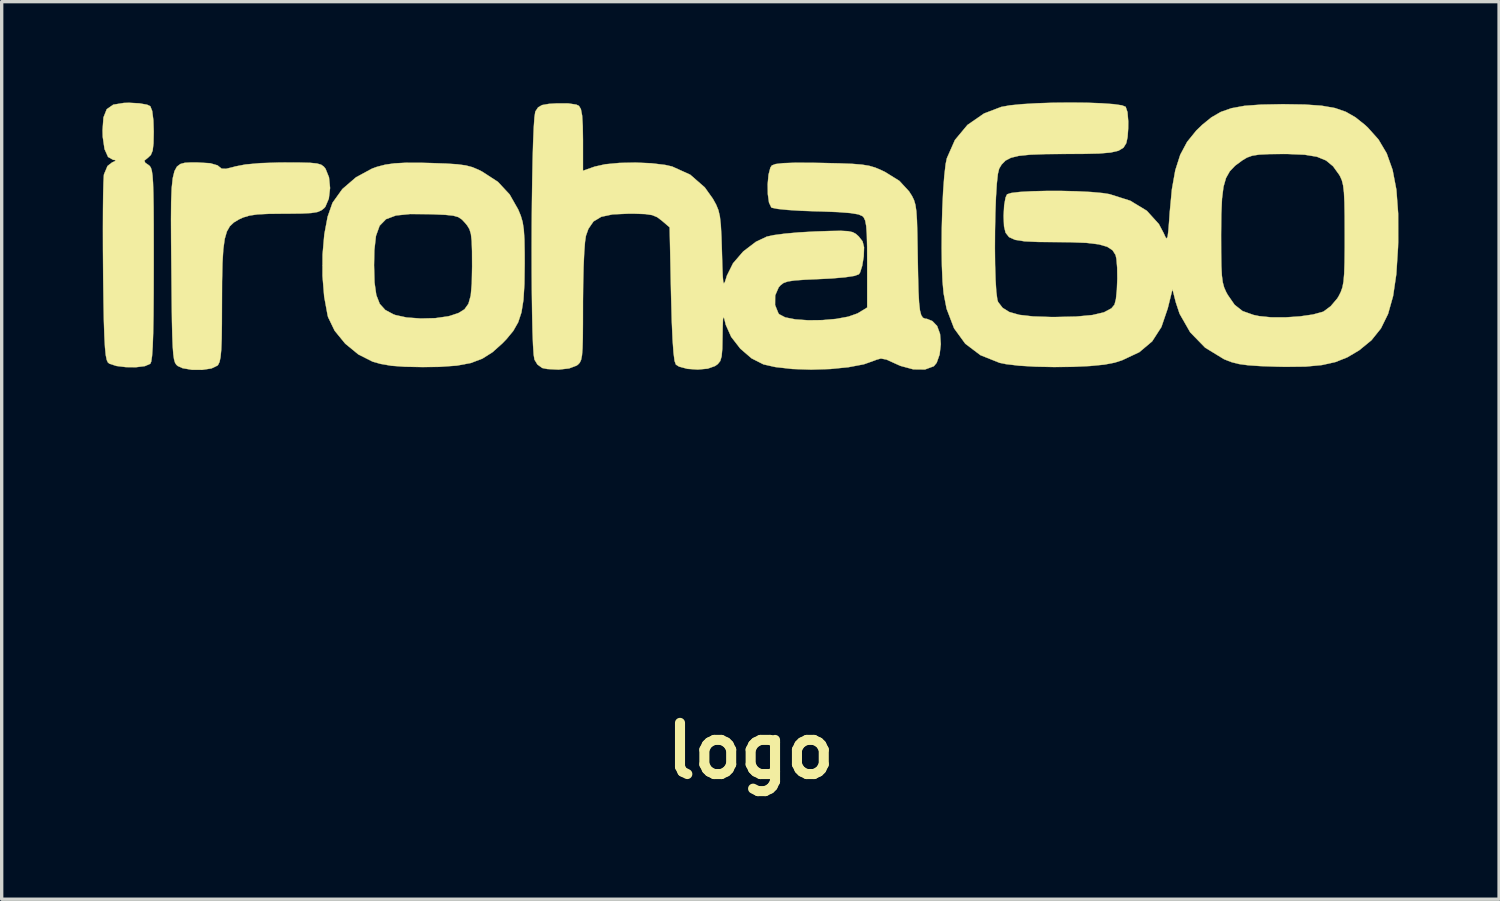
<source format=kicad_pcb>
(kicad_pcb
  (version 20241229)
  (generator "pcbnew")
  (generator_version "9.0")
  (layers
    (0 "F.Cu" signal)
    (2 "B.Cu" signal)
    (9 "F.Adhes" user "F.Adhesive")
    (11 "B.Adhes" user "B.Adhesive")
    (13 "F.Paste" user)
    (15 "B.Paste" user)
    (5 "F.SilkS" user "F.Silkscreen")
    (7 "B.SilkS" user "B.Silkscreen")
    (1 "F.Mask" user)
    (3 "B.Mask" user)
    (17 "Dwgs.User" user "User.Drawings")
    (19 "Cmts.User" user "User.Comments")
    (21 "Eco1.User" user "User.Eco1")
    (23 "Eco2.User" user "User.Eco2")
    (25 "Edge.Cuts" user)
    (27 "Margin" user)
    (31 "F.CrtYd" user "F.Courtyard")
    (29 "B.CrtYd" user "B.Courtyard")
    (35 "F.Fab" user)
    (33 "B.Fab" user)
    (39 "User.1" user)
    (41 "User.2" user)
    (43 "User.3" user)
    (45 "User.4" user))
  (footprint "logo"
    (layer "F.Cu")
    (at 19.309 19.316)
    (property "Reference" "logo" (at 0 0 0) (layer "F.SilkS") (effects (font (size 1.524 1.524) (thickness 0.3))))
    (attr through_hole)
    (fp_poly (pts (xy -18.208 -19.288) (xy -17.977 -19.247) (xy -17.882 -19.202) (xy -17.826 -19.06) (xy -17.791 -18.783) (xy -17.78 -18.445) (xy -17.787 -18.099) (xy -17.812 -17.882) (xy -17.865 -17.752) (xy -17.944 -17.675) (xy -18.058 -17.582) (xy -18.033 -17.517) (xy -17.944 -17.458) (xy -17.9 -17.423) (xy -17.864 -17.369) (xy -17.837 -17.279) (xy -17.816 -17.134) (xy -17.801 -16.918) (xy -17.791 -16.613) (xy -17.784 -16.201) (xy -17.781 -15.666) (xy -17.78 -14.99) (xy -17.78 -14.494) (xy -17.782 -13.656) (xy -17.787 -12.976) (xy -17.797 -12.442) (xy -17.811 -12.041) (xy -17.83 -11.764) (xy -17.855 -11.596) (xy -17.882 -11.532) (xy -18.041 -11.462) (xy -18.304 -11.429) (xy -18.607 -11.431) (xy -18.892 -11.466) (xy -19.097 -11.532) (xy -19.145 -11.57) (xy -19.18 -11.646) (xy -19.209 -11.791) (xy -19.232 -12.023) (xy -19.25 -12.357) (xy -19.265 -12.809) (xy -19.276 -13.396) (xy -19.286 -14.132) (xy -19.287 -14.3) (xy -19.292 -14.96) (xy -19.293 -15.576) (xy -19.291 -16.125) (xy -19.286 -16.583) (xy -19.277 -16.928) (xy -19.266 -17.135) (xy -19.262 -17.171) (xy -19.157 -17.421) (xy -19.024 -17.525) (xy -18.909 -17.581) (xy -18.949 -17.603) (xy -18.989 -17.605) (xy -19.14 -17.691) (xy -19.245 -17.925) (xy -19.299 -18.293) (xy -19.304 -18.486) (xy -19.277 -18.868) (xy -19.18 -19.113) (xy -18.986 -19.248) (xy -18.669 -19.3) (xy -18.512 -19.304) (xy -18.208 -19.288)) (stroke (width 0.01) (type solid)) (fill yes) (layer "F.SilkS"))
    (fp_poly (pts (xy -16.479 -17.526) (xy -16.476 -17.526) (xy -16.098 -17.504) (xy -15.878 -17.44) (xy -15.84 -17.408) (xy -15.756 -17.343) (xy -15.627 -17.338) (xy -15.4 -17.394) (xy -15.351 -17.408) (xy -15.045 -17.467) (xy -14.6 -17.507) (xy -14.043 -17.525) (xy -13.877 -17.526) (xy -13.429 -17.524) (xy -13.12 -17.516) (xy -12.918 -17.496) (xy -12.793 -17.46) (xy -12.714 -17.403) (xy -12.662 -17.338) (xy -12.56 -17.084) (xy -12.528 -16.766) (xy -12.565 -16.451) (xy -12.668 -16.208) (xy -12.7 -16.171) (xy -12.79 -16.099) (xy -12.908 -16.05) (xy -13.089 -16.021) (xy -13.365 -16.007) (xy -13.769 -16.002) (xy -13.889 -16.002) (xy -14.351 -15.997) (xy -14.684 -15.981) (xy -14.925 -15.946) (xy -15.113 -15.89) (xy -15.239 -15.833) (xy -15.393 -15.741) (xy -15.513 -15.627) (xy -15.602 -15.47) (xy -15.666 -15.248) (xy -15.708 -14.941) (xy -15.733 -14.527) (xy -15.745 -13.986) (xy -15.748 -13.32) (xy -15.75 -12.724) (xy -15.756 -12.276) (xy -15.769 -11.951) (xy -15.79 -11.729) (xy -15.82 -11.586) (xy -15.862 -11.501) (xy -15.881 -11.478) (xy -16.06 -11.392) (xy -16.336 -11.35) (xy -16.645 -11.352) (xy -16.921 -11.4) (xy -17.065 -11.465) (xy -17.11 -11.506) (xy -17.147 -11.567) (xy -17.175 -11.665) (xy -17.197 -11.82) (xy -17.214 -12.047) (xy -17.227 -12.367) (xy -17.237 -12.795) (xy -17.244 -13.35) (xy -17.251 -14.051) (xy -17.254 -14.354) (xy -17.262 -15.17) (xy -17.265 -15.833) (xy -17.261 -16.358) (xy -17.245 -16.762) (xy -17.213 -17.061) (xy -17.162 -17.269) (xy -17.088 -17.404) (xy -16.986 -17.481) (xy -16.854 -17.517) (xy -16.686 -17.526) (xy -16.479 -17.526)) (stroke (width 0.01) (type solid)) (fill yes) (layer "F.SilkS"))
    (fp_poly (pts (xy -9.822 -17.517) (xy -9.545 -17.51) (xy -9.074 -17.494) (xy -8.733 -17.472) (xy -8.484 -17.438) (xy -8.287 -17.386) (xy -8.104 -17.308) (xy -8.001 -17.256) (xy -7.529 -16.95) (xy -7.179 -16.574) (xy -6.926 -16.129) (xy -6.847 -15.94) (xy -6.792 -15.753) (xy -6.758 -15.531) (xy -6.739 -15.237) (xy -6.732 -14.833) (xy -6.731 -14.52) (xy -6.739 -13.908) (xy -6.768 -13.433) (xy -6.827 -13.063) (xy -6.925 -12.766) (xy -7.071 -12.51) (xy -7.274 -12.264) (xy -7.396 -12.138) (xy -7.69 -11.875) (xy -7.992 -11.684) (xy -8.335 -11.554) (xy -8.752 -11.476) (xy -9.278 -11.439) (xy -9.773 -11.433) (xy -10.3 -11.443) (xy -10.702 -11.472) (xy -11.021 -11.527) (xy -11.261 -11.595) (xy -11.686 -11.81) (xy -12.077 -12.131) (xy -12.391 -12.515) (xy -12.586 -12.919) (xy -12.6 -12.97) (xy -12.703 -13.532) (xy -12.753 -14.15) (xy -12.752 -14.467) (xy -11.218 -14.467) (xy -11.204 -13.954) (xy -11.151 -13.579) (xy -11.048 -13.315) (xy -10.884 -13.134) (xy -10.644 -13.005) (xy -10.575 -12.98) (xy -10.246 -12.909) (xy -9.826 -12.879) (xy -9.39 -12.89) (xy -9.011 -12.944) (xy -8.953 -12.959) (xy -8.701 -13.043) (xy -8.523 -13.154) (xy -8.406 -13.319) (xy -8.337 -13.566) (xy -8.306 -13.924) (xy -8.297 -14.422) (xy -8.297 -14.447) (xy -8.299 -14.887) (xy -8.309 -15.192) (xy -8.333 -15.398) (xy -8.376 -15.539) (xy -8.443 -15.65) (xy -8.502 -15.722) (xy -8.602 -15.829) (xy -8.709 -15.9) (xy -8.86 -15.943) (xy -9.093 -15.967) (xy -9.445 -15.983) (xy -9.581 -15.987) (xy -10.146 -15.991) (xy -10.566 -15.948) (xy -10.861 -15.838) (xy -11.052 -15.642) (xy -11.161 -15.339) (xy -11.209 -14.911) (xy -11.218 -14.467) (xy -12.752 -14.467) (xy -12.751 -14.782) (xy -12.699 -15.384) (xy -12.6 -15.912) (xy -12.456 -16.322) (xy -12.449 -16.334) (xy -12.161 -16.736) (xy -11.754 -17.086) (xy -11.277 -17.344) (xy -11.13 -17.397) (xy -10.883 -17.461) (xy -10.61 -17.5) (xy -10.27 -17.518) (xy -9.822 -17.517)) (stroke (width 0.01) (type solid)) (fill yes) (layer "F.SilkS"))
    (fp_poly (pts (xy -5.433 -19.286) (xy -5.194 -19.25) (xy -5.115 -19.213) (xy -5.057 -19.117) (xy -5.02 -18.924) (xy -5.001 -18.611) (xy -4.995 -18.197) (xy -4.995 -17.28) (xy -4.646 -17.403) (xy -4.332 -17.473) (xy -3.908 -17.513) (xy -3.431 -17.523) (xy -2.957 -17.503) (xy -2.543 -17.453) (xy -2.338 -17.406) (xy -1.801 -17.163) (xy -1.367 -16.785) (xy -1.124 -16.444) (xy -1.028 -16.27) (xy -0.961 -16.107) (xy -0.917 -15.917) (xy -0.889 -15.664) (xy -0.87 -15.309) (xy -0.857 -14.901) (xy -0.844 -14.445) (xy -0.832 -14.142) (xy -0.817 -13.973) (xy -0.797 -13.921) (xy -0.767 -13.969) (xy -0.724 -14.101) (xy -0.709 -14.154) (xy -0.525 -14.524) (xy -0.221 -14.876) (xy 0.156 -15.164) (xy 0.48 -15.318) (xy 0.689 -15.363) (xy 1.022 -15.407) (xy 1.435 -15.444) (xy 1.884 -15.469) (xy 1.917 -15.471) (xy 2.371 -15.486) (xy 2.688 -15.491) (xy 2.9 -15.48) (xy 3.038 -15.451) (xy 3.133 -15.4) (xy 3.218 -15.324) (xy 3.333 -15.177) (xy 3.377 -15.002) (xy 3.368 -14.732) (xy 3.366 -14.717) (xy 3.323 -14.452) (xy 3.26 -14.253) (xy 3.225 -14.198) (xy 3.093 -14.149) (xy 2.813 -14.107) (xy 2.406 -14.072) (xy 2.062 -14.055) (xy 1.618 -14.035) (xy 1.311 -14.013) (xy 1.109 -13.983) (xy 0.98 -13.938) (xy 0.891 -13.871) (xy 0.835 -13.808) (xy 0.73 -13.566) (xy 0.727 -13.281) (xy 0.825 -13.037) (xy 0.85 -13.006) (xy 1.03 -12.912) (xy 1.332 -12.853) (xy 1.713 -12.826) (xy 2.132 -12.831) (xy 2.545 -12.867) (xy 2.909 -12.934) (xy 3.181 -13.03) (xy 3.212 -13.048) (xy 3.471 -13.206) (xy 3.471 -14.509) (xy 3.469 -15.019) (xy 3.46 -15.385) (xy 3.442 -15.635) (xy 3.412 -15.795) (xy 3.368 -15.889) (xy 3.332 -15.928) (xy 3.209 -15.981) (xy 2.974 -16.02) (xy 2.608 -16.049) (xy 2.094 -16.069) (xy 1.957 -16.072) (xy 1.5 -16.088) (xy 1.107 -16.113) (xy 0.809 -16.143) (xy 0.638 -16.177) (xy 0.615 -16.188) (xy 0.547 -16.331) (xy 0.512 -16.58) (xy 0.507 -16.876) (xy 0.532 -17.16) (xy 0.587 -17.372) (xy 0.631 -17.438) (xy 0.743 -17.48) (xy 0.969 -17.506) (xy 1.326 -17.519) (xy 1.828 -17.517) (xy 2.134 -17.512) (xy 2.653 -17.5) (xy 3.036 -17.485) (xy 3.317 -17.462) (xy 3.53 -17.427) (xy 3.708 -17.375) (xy 3.885 -17.3) (xy 4.005 -17.242) (xy 4.429 -16.979) (xy 4.72 -16.664) (xy 4.724 -16.656) (xy 4.806 -16.528) (xy 4.865 -16.407) (xy 4.907 -16.265) (xy 4.935 -16.073) (xy 4.953 -15.802) (xy 4.964 -15.426) (xy 4.973 -14.914) (xy 4.975 -14.781) (xy 4.986 -14.163) (xy 4.998 -13.694) (xy 5.016 -13.354) (xy 5.042 -13.122) (xy 5.08 -12.978) (xy 5.131 -12.902) (xy 5.199 -12.873) (xy 5.249 -12.869) (xy 5.412 -12.803) (xy 5.554 -12.656) (xy 5.641 -12.419) (xy 5.663 -12.115) (xy 5.628 -11.807) (xy 5.54 -11.559) (xy 5.456 -11.458) (xy 5.193 -11.361) (xy 4.845 -11.365) (xy 4.46 -11.469) (xy 4.297 -11.542) (xy 4.047 -11.656) (xy 3.879 -11.688) (xy 3.735 -11.648) (xy 3.711 -11.636) (xy 3.373 -11.516) (xy 2.913 -11.429) (xy 2.374 -11.375) (xy 1.802 -11.357) (xy 1.24 -11.376) (xy 0.732 -11.434) (xy 0.381 -11.513) (xy 0.028 -11.692) (xy -0.308 -11.981) (xy -0.58 -12.332) (xy -0.741 -12.691) (xy -0.747 -12.716) (xy -0.786 -12.876) (xy -0.81 -12.925) (xy -0.825 -12.848) (xy -0.833 -12.629) (xy -0.838 -12.342) (xy -0.845 -11.983) (xy -0.865 -11.753) (xy -0.906 -11.613) (xy -0.979 -11.522) (xy -1.06 -11.464) (xy -1.279 -11.386) (xy -1.575 -11.359) (xy -1.882 -11.38) (xy -2.133 -11.447) (xy -2.227 -11.507) (xy -2.266 -11.615) (xy -2.298 -11.864) (xy -2.326 -12.261) (xy -2.35 -12.811) (xy -2.369 -13.524) (xy -2.371 -13.601) (xy -2.413 -15.594) (xy -2.651 -15.798) (xy -2.785 -15.898) (xy -2.932 -15.959) (xy -3.137 -15.99) (xy -3.445 -16.001) (xy -3.634 -16.002) (xy -4.11 -15.981) (xy -4.45 -15.909) (xy -4.682 -15.77) (xy -4.833 -15.55) (xy -4.907 -15.342) (xy -4.934 -15.161) (xy -4.958 -14.843) (xy -4.977 -14.419) (xy -4.989 -13.922) (xy -4.995 -13.381) (xy -4.995 -13.319) (xy -4.996 -12.74) (xy -4.999 -12.306) (xy -5.008 -11.996) (xy -5.024 -11.784) (xy -5.051 -11.647) (xy -5.09 -11.563) (xy -5.143 -11.507) (xy -5.184 -11.477) (xy -5.407 -11.393) (xy -5.722 -11.357) (xy -6.059 -11.375) (xy -6.207 -11.405) (xy -6.351 -11.509) (xy -6.439 -11.654) (xy -6.463 -11.801) (xy -6.482 -12.092) (xy -6.498 -12.507) (xy -6.509 -13.023) (xy -6.517 -13.617) (xy -6.522 -14.268) (xy -6.523 -14.954) (xy -6.521 -15.652) (xy -6.515 -16.341) (xy -6.506 -16.998) (xy -6.494 -17.602) (xy -6.479 -18.129) (xy -6.461 -18.558) (xy -6.44 -18.867) (xy -6.416 -19.034) (xy -6.41 -19.05) (xy -6.331 -19.168) (xy -6.214 -19.236) (xy -6.01 -19.272) (xy -5.769 -19.287) (xy -5.433 -19.286)) (stroke (width 0.01) (type solid)) (fill yes) (layer "F.SilkS"))
    (fp_poly (pts (xy 10.008 -19.306) (xy 10.447 -19.29) (xy 10.809 -19.264) (xy 11.06 -19.228) (xy 11.17 -19.184) (xy 11.224 -19.025) (xy 11.247 -18.743) (xy 11.244 -18.53) (xy 11.227 -18.285) (xy 11.187 -18.1) (xy 11.104 -17.967) (xy 10.956 -17.877) (xy 10.722 -17.823) (xy 10.379 -17.794) (xy 9.907 -17.783) (xy 9.381 -17.781) (xy 8.781 -17.776) (xy 8.326 -17.759) (xy 7.991 -17.725) (xy 7.754 -17.668) (xy 7.59 -17.583) (xy 7.474 -17.464) (xy 7.402 -17.344) (xy 7.363 -17.185) (xy 7.331 -16.889) (xy 7.306 -16.489) (xy 7.288 -16.016) (xy 7.278 -15.503) (xy 7.275 -14.981) (xy 7.28 -14.482) (xy 7.294 -14.038) (xy 7.316 -13.681) (xy 7.347 -13.443) (xy 7.369 -13.373) (xy 7.503 -13.198) (xy 7.705 -13.072) (xy 8 -12.988) (xy 8.411 -12.941) (xy 8.962 -12.923) (xy 9.059 -12.923) (xy 9.695 -12.937) (xy 10.178 -12.982) (xy 10.523 -13.063) (xy 10.746 -13.182) (xy 10.838 -13.294) (xy 10.88 -13.459) (xy 10.908 -13.736) (xy 10.921 -14.066) (xy 10.917 -14.391) (xy 10.895 -14.655) (xy 10.869 -14.771) (xy 10.78 -14.912) (xy 10.621 -15.016) (xy 10.371 -15.088) (xy 10.008 -15.132) (xy 9.512 -15.152) (xy 9.125 -15.155) (xy 8.57 -15.159) (xy 8.162 -15.178) (xy 7.878 -15.222) (xy 7.696 -15.304) (xy 7.593 -15.435) (xy 7.547 -15.625) (xy 7.536 -15.886) (xy 7.535 -15.948) (xy 7.551 -16.251) (xy 7.593 -16.483) (xy 7.637 -16.578) (xy 7.761 -16.618) (xy 8.02 -16.649) (xy 8.38 -16.669) (xy 8.806 -16.679) (xy 9.264 -16.679) (xy 9.72 -16.668) (xy 10.139 -16.647) (xy 10.488 -16.615) (xy 10.685 -16.584) (xy 11.307 -16.387) (xy 11.8 -16.088) (xy 12.159 -15.692) (xy 12.302 -15.421) (xy 12.356 -15.302) (xy 12.393 -15.262) (xy 12.42 -15.32) (xy 12.426 -15.367) (xy 14.012 -15.367) (xy 14.014 -14.836) (xy 14.02 -14.444) (xy 14.035 -14.161) (xy 14.061 -13.959) (xy 14.102 -13.806) (xy 14.161 -13.672) (xy 14.209 -13.584) (xy 14.415 -13.287) (xy 14.653 -13.1) (xy 14.979 -12.985) (xy 15.147 -12.95) (xy 15.502 -12.914) (xy 15.925 -12.913) (xy 16.36 -12.942) (xy 16.749 -12.998) (xy 17.035 -13.076) (xy 17.066 -13.089) (xy 17.276 -13.245) (xy 17.472 -13.475) (xy 17.512 -13.54) (xy 17.578 -13.67) (xy 17.626 -13.807) (xy 17.659 -13.98) (xy 17.679 -14.217) (xy 17.69 -14.549) (xy 17.695 -15.001) (xy 17.695 -15.379) (xy 17.693 -15.93) (xy 17.686 -16.339) (xy 17.672 -16.634) (xy 17.647 -16.844) (xy 17.61 -16.994) (xy 17.557 -17.114) (xy 17.526 -17.167) (xy 17.347 -17.414) (xy 17.137 -17.587) (xy 16.866 -17.698) (xy 16.499 -17.758) (xy 16.006 -17.779) (xy 15.866 -17.78) (xy 15.441 -17.776) (xy 15.145 -17.761) (xy 14.94 -17.729) (xy 14.784 -17.673) (xy 14.643 -17.589) (xy 14.43 -17.431) (xy 14.271 -17.264) (xy 14.158 -17.063) (xy 14.083 -16.801) (xy 14.039 -16.449) (xy 14.018 -15.983) (xy 14.012 -15.375) (xy 14.012 -15.367) (xy 12.426 -15.367) (xy 12.442 -15.496) (xy 12.467 -15.812) (xy 12.481 -16.025) (xy 12.547 -16.728) (xy 12.648 -17.295) (xy 12.795 -17.755) (xy 12.999 -18.138) (xy 13.272 -18.476) (xy 13.451 -18.649) (xy 13.722 -18.869) (xy 14.002 -19.031) (xy 14.321 -19.143) (xy 14.711 -19.214) (xy 15.205 -19.25) (xy 15.833 -19.262) (xy 15.875 -19.262) (xy 16.509 -19.252) (xy 17.008 -19.217) (xy 17.404 -19.148) (xy 17.729 -19.035) (xy 18.016 -18.87) (xy 18.299 -18.644) (xy 18.382 -18.567) (xy 18.7 -18.211) (xy 18.945 -17.798) (xy 19.12 -17.306) (xy 19.233 -16.715) (xy 19.286 -16.006) (xy 19.287 -15.158) (xy 19.282 -14.998) (xy 19.231 -14.201) (xy 19.135 -13.547) (xy 18.985 -13.015) (xy 18.773 -12.584) (xy 18.49 -12.231) (xy 18.128 -11.935) (xy 18.113 -11.925) (xy 17.773 -11.724) (xy 17.419 -11.583) (xy 17.016 -11.493) (xy 16.53 -11.447) (xy 15.924 -11.44) (xy 15.678 -11.445) (xy 15.182 -11.462) (xy 14.817 -11.487) (xy 14.544 -11.524) (xy 14.326 -11.579) (xy 14.124 -11.657) (xy 14.097 -11.669) (xy 13.537 -12.011) (xy 13.091 -12.469) (xy 12.776 -13.021) (xy 12.664 -13.358) (xy 12.564 -13.751) (xy 12.423 -13.181) (xy 12.234 -12.626) (xy 11.959 -12.199) (xy 11.577 -11.877) (xy 11.064 -11.636) (xy 10.843 -11.565) (xy 10.535 -11.506) (xy 10.102 -11.464) (xy 9.588 -11.44) (xy 9.036 -11.434) (xy 8.491 -11.445) (xy 7.997 -11.474) (xy 7.596 -11.522) (xy 7.413 -11.56) (xy 6.843 -11.788) (xy 6.393 -12.128) (xy 6.059 -12.587) (xy 5.836 -13.17) (xy 5.747 -13.631) (xy 5.715 -13.987) (xy 5.696 -14.451) (xy 5.689 -14.985) (xy 5.693 -15.556) (xy 5.708 -16.126) (xy 5.733 -16.661) (xy 5.767 -17.124) (xy 5.808 -17.48) (xy 5.844 -17.653) (xy 6.084 -18.196) (xy 6.458 -18.645) (xy 6.95 -18.985) (xy 7.463 -19.181) (xy 7.721 -19.228) (xy 8.088 -19.264) (xy 8.53 -19.29) (xy 9.019 -19.306) (xy 9.521 -19.311) (xy 10.008 -19.306)) (stroke (width 0.01) (type solid)) (fill yes) (layer "F.SilkS")))
  (gr_rect
    (start -3 -3)
    (end 41.601 23.734)
    (stroke (width 0.1) (type default))
    (fill no)
    (layer "Edge.Cuts")))
</source>
